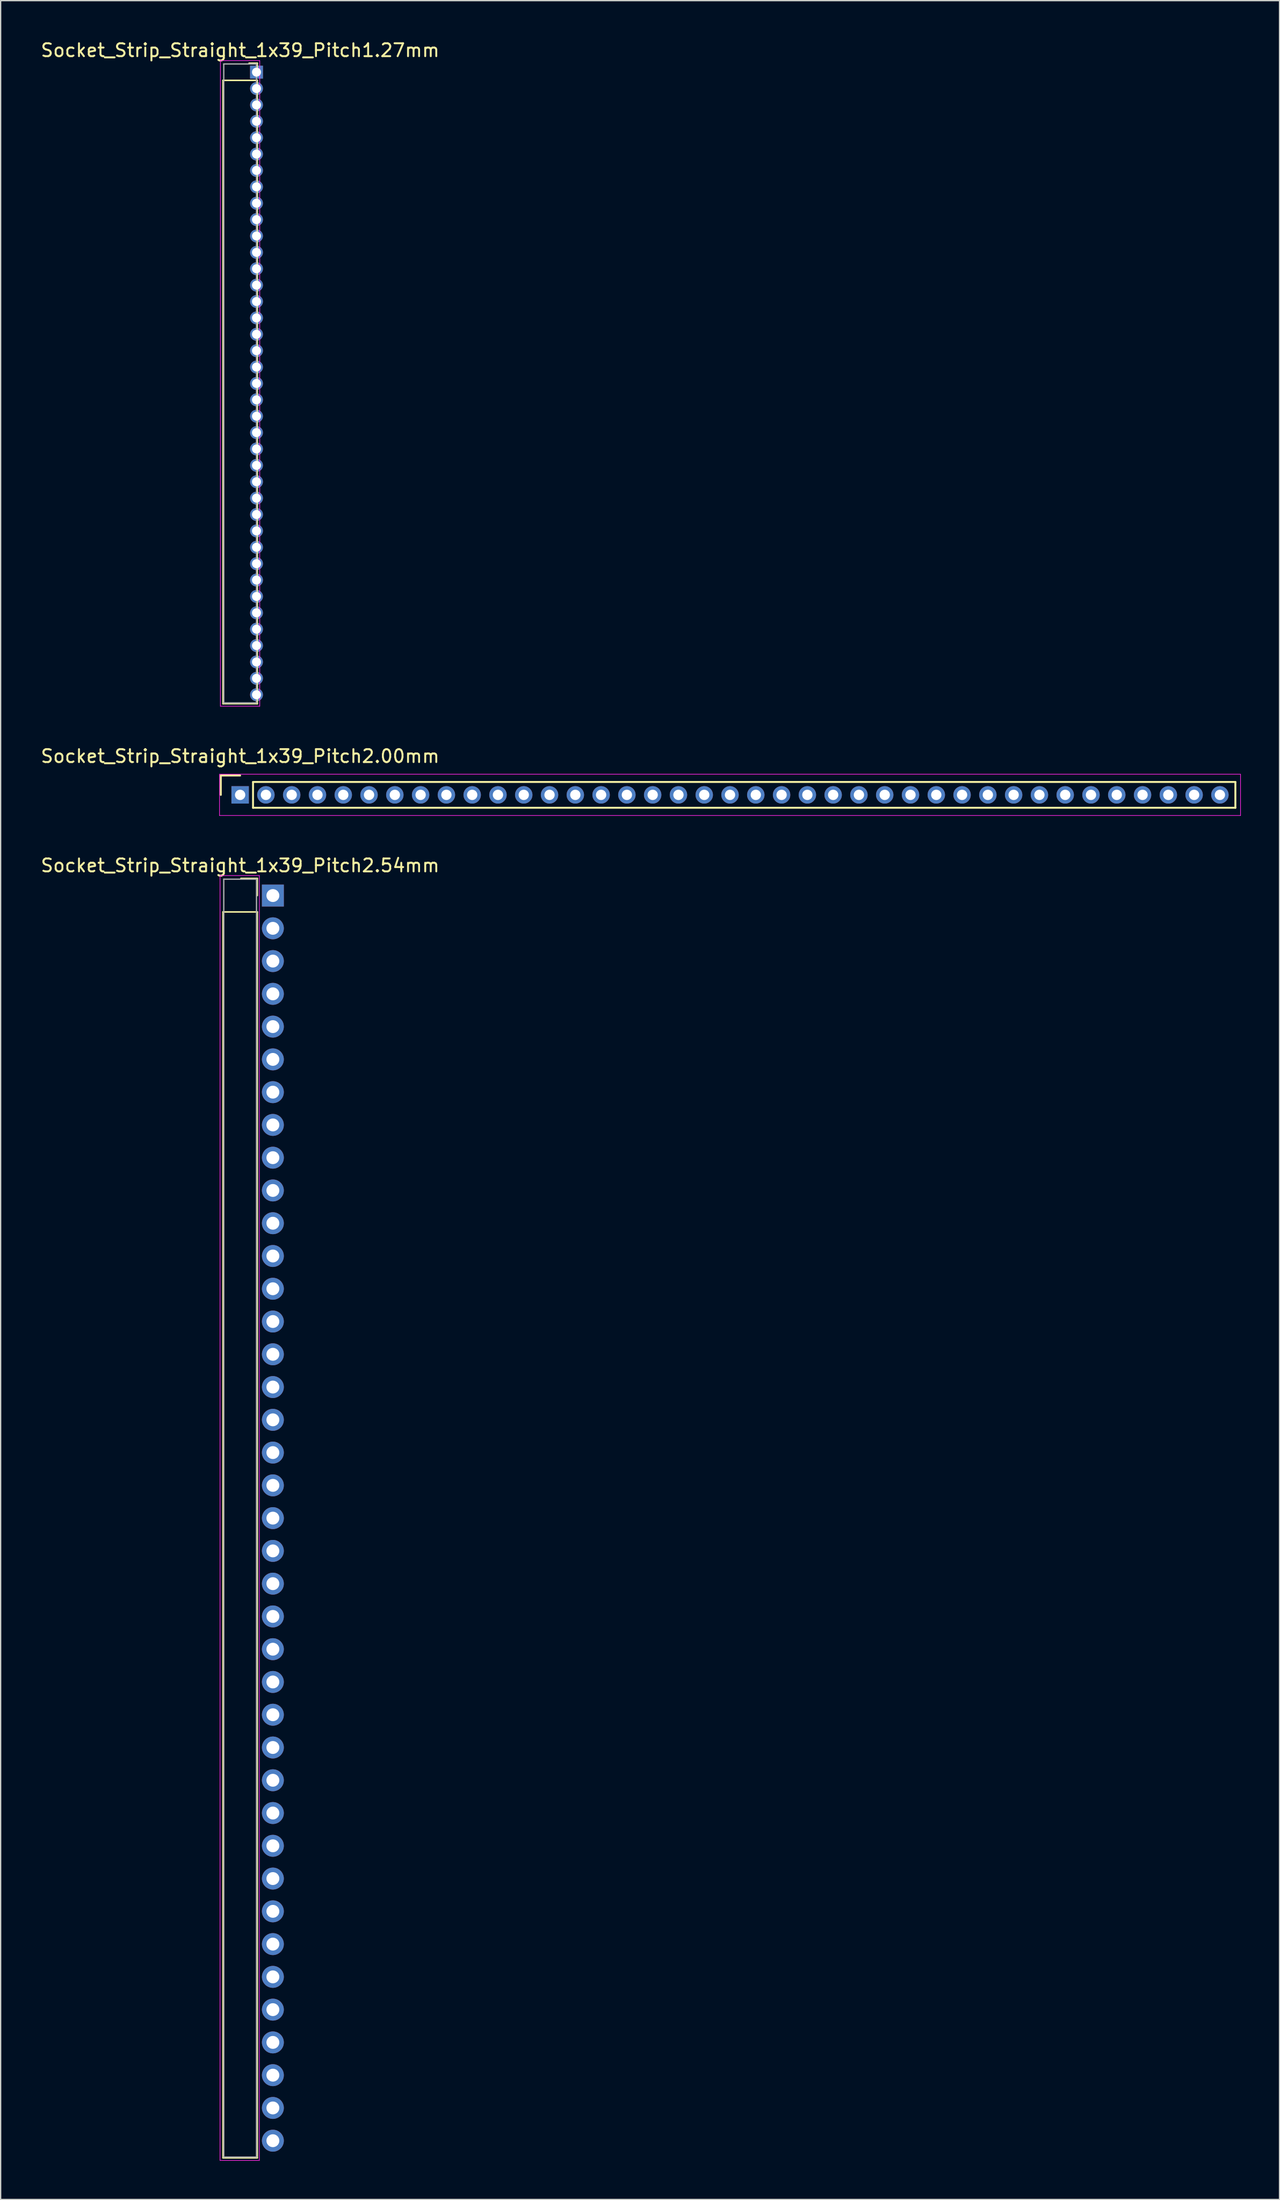
<source format=kicad_pcb>
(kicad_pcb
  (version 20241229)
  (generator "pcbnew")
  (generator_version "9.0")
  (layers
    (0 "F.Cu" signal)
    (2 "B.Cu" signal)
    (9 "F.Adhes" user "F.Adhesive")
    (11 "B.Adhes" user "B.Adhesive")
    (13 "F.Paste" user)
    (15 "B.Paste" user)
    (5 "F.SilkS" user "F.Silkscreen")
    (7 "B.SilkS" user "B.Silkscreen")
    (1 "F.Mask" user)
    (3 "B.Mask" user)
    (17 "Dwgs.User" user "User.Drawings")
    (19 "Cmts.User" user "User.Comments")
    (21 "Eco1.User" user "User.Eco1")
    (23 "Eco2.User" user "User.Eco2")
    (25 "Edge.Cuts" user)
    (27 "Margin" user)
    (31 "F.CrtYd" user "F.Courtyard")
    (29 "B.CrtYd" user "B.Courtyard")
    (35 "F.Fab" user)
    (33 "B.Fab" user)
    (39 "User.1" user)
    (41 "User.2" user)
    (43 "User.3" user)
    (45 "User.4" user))
  (footprint "Socket_Strip_Straight_1x39_Pitch2.00mm"
    (layer "F.Cu")
    (at 15.577 58.566)
    (property "Reference" "Socket_Strip_Straight_1x39_Pitch2.00mm" (at 0 -3 0) (layer "F.SilkS") (effects (font (size 1 1) (thickness 0.15))))
    (attr through_hole)
    (fp_line (start -1.5 -1.5) (end -1.5 0) (stroke (width 0.15) (type solid)) (layer "F.SilkS"))
    (fp_line (start 0 -1.5) (end -1.5 -1.5) (stroke (width 0.15) (type solid)) (layer "F.SilkS"))
    (fp_line (start 1 -1) (end 1 1) (stroke (width 0.15) (type solid)) (layer "F.SilkS"))
    (fp_line (start 1 1) (end 77.2 1) (stroke (width 0.15) (type solid)) (layer "F.SilkS"))
    (fp_line (start 77.2 -1) (end 1 -1) (stroke (width 0.15) (type solid)) (layer "F.SilkS"))
    (fp_line (start 77.2 1) (end 77.2 -1) (stroke (width 0.15) (type solid)) (layer "F.SilkS"))
    (fp_line (start -1.6 -1.6) (end -1.6 1.6) (stroke (width 0.05) (type solid)) (layer "F.CrtYd"))
    (fp_line (start -1.6 1.6) (end 77.6 1.6) (stroke (width 0.05) (type solid)) (layer "F.CrtYd"))
    (fp_line (start 77.6 -1.6) (end -1.6 -1.6) (stroke (width 0.05) (type solid)) (layer "F.CrtYd"))
    (fp_line (start 77.6 1.6) (end 77.6 -1.6) (stroke (width 0.05) (type solid)) (layer "F.CrtYd"))
    (pad "1" thru_hole rect (at 0 0) (size 1.35 1.35) (drill 0.8) (layers "*.Cu" "*.Mask"))
    (pad "2" thru_hole circle (at 2 0) (size 1.35 1.35) (drill 0.8) (layers "*.Cu" "*.Mask"))
    (pad "3" thru_hole circle (at 4 0) (size 1.35 1.35) (drill 0.8) (layers "*.Cu" "*.Mask"))
    (pad "4" thru_hole circle (at 6 0) (size 1.35 1.35) (drill 0.8) (layers "*.Cu" "*.Mask"))
    (pad "5" thru_hole circle (at 8 0) (size 1.35 1.35) (drill 0.8) (layers "*.Cu" "*.Mask"))
    (pad "6" thru_hole circle (at 10 0) (size 1.35 1.35) (drill 0.8) (layers "*.Cu" "*.Mask"))
    (pad "7" thru_hole circle (at 12 0) (size 1.35 1.35) (drill 0.8) (layers "*.Cu" "*.Mask"))
    (pad "8" thru_hole circle (at 14 0) (size 1.35 1.35) (drill 0.8) (layers "*.Cu" "*.Mask"))
    (pad "9" thru_hole circle (at 16 0) (size 1.35 1.35) (drill 0.8) (layers "*.Cu" "*.Mask"))
    (pad "10" thru_hole circle (at 18 0) (size 1.35 1.35) (drill 0.8) (layers "*.Cu" "*.Mask"))
    (pad "11" thru_hole circle (at 20 0) (size 1.35 1.35) (drill 0.8) (layers "*.Cu" "*.Mask"))
    (pad "12" thru_hole circle (at 22 0) (size 1.35 1.35) (drill 0.8) (layers "*.Cu" "*.Mask"))
    (pad "13" thru_hole circle (at 24 0) (size 1.35 1.35) (drill 0.8) (layers "*.Cu" "*.Mask"))
    (pad "14" thru_hole circle (at 26 0) (size 1.35 1.35) (drill 0.8) (layers "*.Cu" "*.Mask"))
    (pad "15" thru_hole circle (at 28 0) (size 1.35 1.35) (drill 0.8) (layers "*.Cu" "*.Mask"))
    (pad "16" thru_hole circle (at 30 0) (size 1.35 1.35) (drill 0.8) (layers "*.Cu" "*.Mask"))
    (pad "17" thru_hole circle (at 32 0) (size 1.35 1.35) (drill 0.8) (layers "*.Cu" "*.Mask"))
    (pad "18" thru_hole circle (at 34 0) (size 1.35 1.35) (drill 0.8) (layers "*.Cu" "*.Mask"))
    (pad "19" thru_hole circle (at 36 0) (size 1.35 1.35) (drill 0.8) (layers "*.Cu" "*.Mask"))
    (pad "20" thru_hole circle (at 38 0) (size 1.35 1.35) (drill 0.8) (layers "*.Cu" "*.Mask"))
    (pad "21" thru_hole circle (at 40 0) (size 1.35 1.35) (drill 0.8) (layers "*.Cu" "*.Mask"))
    (pad "22" thru_hole circle (at 42 0) (size 1.35 1.35) (drill 0.8) (layers "*.Cu" "*.Mask"))
    (pad "23" thru_hole circle (at 44 0) (size 1.35 1.35) (drill 0.8) (layers "*.Cu" "*.Mask"))
    (pad "24" thru_hole circle (at 46 0) (size 1.35 1.35) (drill 0.8) (layers "*.Cu" "*.Mask"))
    (pad "25" thru_hole circle (at 48 0) (size 1.35 1.35) (drill 0.8) (layers "*.Cu" "*.Mask"))
    (pad "26" thru_hole circle (at 50 0) (size 1.35 1.35) (drill 0.8) (layers "*.Cu" "*.Mask"))
    (pad "27" thru_hole circle (at 52 0) (size 1.35 1.35) (drill 0.8) (layers "*.Cu" "*.Mask"))
    (pad "28" thru_hole circle (at 54 0) (size 1.35 1.35) (drill 0.8) (layers "*.Cu" "*.Mask"))
    (pad "29" thru_hole circle (at 56 0) (size 1.35 1.35) (drill 0.8) (layers "*.Cu" "*.Mask"))
    (pad "30" thru_hole circle (at 58 0) (size 1.35 1.35) (drill 0.8) (layers "*.Cu" "*.Mask"))
    (pad "31" thru_hole circle (at 60 0) (size 1.35 1.35) (drill 0.8) (layers "*.Cu" "*.Mask"))
    (pad "32" thru_hole circle (at 62 0) (size 1.35 1.35) (drill 0.8) (layers "*.Cu" "*.Mask"))
    (pad "33" thru_hole circle (at 64 0) (size 1.35 1.35) (drill 0.8) (layers "*.Cu" "*.Mask"))
    (pad "34" thru_hole circle (at 66 0) (size 1.35 1.35) (drill 0.8) (layers "*.Cu" "*.Mask"))
    (pad "35" thru_hole circle (at 68 0) (size 1.35 1.35) (drill 0.8) (layers "*.Cu" "*.Mask"))
    (pad "36" thru_hole circle (at 70 0) (size 1.35 1.35) (drill 0.8) (layers "*.Cu" "*.Mask"))
    (pad "37" thru_hole circle (at 72 0) (size 1.35 1.35) (drill 0.8) (layers "*.Cu" "*.Mask"))
    (pad "38" thru_hole circle (at 74 0) (size 1.35 1.35) (drill 0.8) (layers "*.Cu" "*.Mask"))
    (pad "39" thru_hole circle (at 76 0) (size 1.35 1.35) (drill 0.8) (layers "*.Cu" "*.Mask")))
  (footprint "Socket_Strip_Straight_1x39_Pitch1.27mm"
    (layer "F.Cu")
    (at 16.847 2.543)
    (property "Reference" "Socket_Strip_Straight_1x39_Pitch1.27mm" (at -1.27 -1.695 0) (layer "F.SilkS") (effects (font (size 1 1) (thickness 0.15))))
    (attr through_hole)
    (fp_line (start -2.6 0.635) (end -2.6 48.955) (stroke (width 0.12) (type solid)) (layer "F.SilkS"))
    (fp_line (start -2.6 48.955) (end 0.06 48.955) (stroke (width 0.12) (type solid)) (layer "F.SilkS"))
    (fp_line (start 0.06 -0.695) (end -0.575 -0.695) (stroke (width 0.12) (type solid)) (layer "F.SilkS"))
    (fp_line (start 0.06 0) (end 0.06 -0.695) (stroke (width 0.12) (type solid)) (layer "F.SilkS"))
    (fp_line (start 0.06 0.635) (end -2.6 0.635) (stroke (width 0.12) (type solid)) (layer "F.SilkS"))
    (fp_line (start 0.06 48.955) (end 0.06 0.635) (stroke (width 0.12) (type solid)) (layer "F.SilkS"))
    (fp_line (start -2.8 -0.9) (end -2.8 49.15) (stroke (width 0.05) (type solid)) (layer "F.CrtYd"))
    (fp_line (start -2.8 49.15) (end 0.25 49.15) (stroke (width 0.05) (type solid)) (layer "F.CrtYd"))
    (fp_line (start 0.25 -0.9) (end -2.8 -0.9) (stroke (width 0.05) (type solid)) (layer "F.CrtYd"))
    (fp_line (start 0.25 49.15) (end 0.25 -0.9) (stroke (width 0.05) (type solid)) (layer "F.CrtYd"))
    (fp_line (start -2.54 -0.635) (end -2.54 48.895) (stroke (width 0.1) (type solid)) (layer "F.Fab"))
    (fp_line (start -2.54 48.895) (end 0 48.895) (stroke (width 0.1) (type solid)) (layer "F.Fab"))
    (fp_line (start 0 -0.635) (end -2.54 -0.635) (stroke (width 0.1) (type solid)) (layer "F.Fab"))
    (fp_line (start 0 48.895) (end 0 -0.635) (stroke (width 0.1) (type solid)) (layer "F.Fab"))
    (pad "1" thru_hole rect (at 0 0) (size 1 1) (drill 0.7) (layers "*.Cu" "*.Mask"))
    (pad "2" thru_hole oval (at 0 1.27) (size 1 1) (drill 0.7) (layers "*.Cu" "*.Mask"))
    (pad "3" thru_hole oval (at 0 2.54) (size 1 1) (drill 0.7) (layers "*.Cu" "*.Mask"))
    (pad "4" thru_hole oval (at 0 3.81) (size 1 1) (drill 0.7) (layers "*.Cu" "*.Mask"))
    (pad "5" thru_hole oval (at 0 5.08) (size 1 1) (drill 0.7) (layers "*.Cu" "*.Mask"))
    (pad "6" thru_hole oval (at 0 6.35) (size 1 1) (drill 0.7) (layers "*.Cu" "*.Mask"))
    (pad "7" thru_hole oval (at 0 7.62) (size 1 1) (drill 0.7) (layers "*.Cu" "*.Mask"))
    (pad "8" thru_hole oval (at 0 8.89) (size 1 1) (drill 0.7) (layers "*.Cu" "*.Mask"))
    (pad "9" thru_hole oval (at 0 10.16) (size 1 1) (drill 0.7) (layers "*.Cu" "*.Mask"))
    (pad "10" thru_hole oval (at 0 11.43) (size 1 1) (drill 0.7) (layers "*.Cu" "*.Mask"))
    (pad "11" thru_hole oval (at 0 12.7) (size 1 1) (drill 0.7) (layers "*.Cu" "*.Mask"))
    (pad "12" thru_hole oval (at 0 13.97) (size 1 1) (drill 0.7) (layers "*.Cu" "*.Mask"))
    (pad "13" thru_hole oval (at 0 15.24) (size 1 1) (drill 0.7) (layers "*.Cu" "*.Mask"))
    (pad "14" thru_hole oval (at 0 16.51) (size 1 1) (drill 0.7) (layers "*.Cu" "*.Mask"))
    (pad "15" thru_hole oval (at 0 17.78) (size 1 1) (drill 0.7) (layers "*.Cu" "*.Mask"))
    (pad "16" thru_hole oval (at 0 19.05) (size 1 1) (drill 0.7) (layers "*.Cu" "*.Mask"))
    (pad "17" thru_hole oval (at 0 20.32) (size 1 1) (drill 0.7) (layers "*.Cu" "*.Mask"))
    (pad "18" thru_hole oval (at 0 21.59) (size 1 1) (drill 0.7) (layers "*.Cu" "*.Mask"))
    (pad "19" thru_hole oval (at 0 22.86) (size 1 1) (drill 0.7) (layers "*.Cu" "*.Mask"))
    (pad "20" thru_hole oval (at 0 24.13) (size 1 1) (drill 0.7) (layers "*.Cu" "*.Mask"))
    (pad "21" thru_hole oval (at 0 25.4) (size 1 1) (drill 0.7) (layers "*.Cu" "*.Mask"))
    (pad "22" thru_hole oval (at 0 26.67) (size 1 1) (drill 0.7) (layers "*.Cu" "*.Mask"))
    (pad "23" thru_hole oval (at 0 27.94) (size 1 1) (drill 0.7) (layers "*.Cu" "*.Mask"))
    (pad "24" thru_hole oval (at 0 29.21) (size 1 1) (drill 0.7) (layers "*.Cu" "*.Mask"))
    (pad "25" thru_hole oval (at 0 30.48) (size 1 1) (drill 0.7) (layers "*.Cu" "*.Mask"))
    (pad "26" thru_hole oval (at 0 31.75) (size 1 1) (drill 0.7) (layers "*.Cu" "*.Mask"))
    (pad "27" thru_hole oval (at 0 33.02) (size 1 1) (drill 0.7) (layers "*.Cu" "*.Mask"))
    (pad "28" thru_hole oval (at 0 34.29) (size 1 1) (drill 0.7) (layers "*.Cu" "*.Mask"))
    (pad "29" thru_hole oval (at 0 35.56) (size 1 1) (drill 0.7) (layers "*.Cu" "*.Mask"))
    (pad "30" thru_hole oval (at 0 36.83) (size 1 1) (drill 0.7) (layers "*.Cu" "*.Mask"))
    (pad "31" thru_hole oval (at 0 38.1) (size 1 1) (drill 0.7) (layers "*.Cu" "*.Mask"))
    (pad "32" thru_hole oval (at 0 39.37) (size 1 1) (drill 0.7) (layers "*.Cu" "*.Mask"))
    (pad "33" thru_hole oval (at 0 40.64) (size 1 1) (drill 0.7) (layers "*.Cu" "*.Mask"))
    (pad "34" thru_hole oval (at 0 41.91) (size 1 1) (drill 0.7) (layers "*.Cu" "*.Mask"))
    (pad "35" thru_hole oval (at 0 43.18) (size 1 1) (drill 0.7) (layers "*.Cu" "*.Mask"))
    (pad "36" thru_hole oval (at 0 44.45) (size 1 1) (drill 0.7) (layers "*.Cu" "*.Mask"))
    (pad "37" thru_hole oval (at 0 45.72) (size 1 1) (drill 0.7) (layers "*.Cu" "*.Mask"))
    (pad "38" thru_hole oval (at 0 46.99) (size 1 1) (drill 0.7) (layers "*.Cu" "*.Mask"))
    (pad "39" thru_hole oval (at 0 48.26) (size 1 1) (drill 0.7) (layers "*.Cu" "*.Mask")))
  (footprint "Socket_Strip_Straight_1x39_Pitch2.54mm"
    (layer "F.Cu")
    (at 18.117 66.37)
    (property "Reference" "Socket_Strip_Straight_1x39_Pitch2.54mm" (at -2.54 -2.33 0) (layer "F.SilkS") (effects (font (size 1 1) (thickness 0.15))))
    (attr through_hole)
    (fp_line (start -3.87 1.27) (end -3.87 97.85) (stroke (width 0.12) (type solid)) (layer "F.SilkS"))
    (fp_line (start -3.87 97.85) (end -1.21 97.85) (stroke (width 0.12) (type solid)) (layer "F.SilkS"))
    (fp_line (start -1.21 -1.33) (end -2.48 -1.33) (stroke (width 0.12) (type solid)) (layer "F.SilkS"))
    (fp_line (start -1.21 0) (end -1.21 -1.33) (stroke (width 0.12) (type solid)) (layer "F.SilkS"))
    (fp_line (start -1.21 1.27) (end -3.87 1.27) (stroke (width 0.12) (type solid)) (layer "F.SilkS"))
    (fp_line (start -1.21 97.85) (end -1.21 1.27) (stroke (width 0.12) (type solid)) (layer "F.SilkS"))
    (fp_line (start -4.1 -1.55) (end -4.1 98.05) (stroke (width 0.05) (type solid)) (layer "F.CrtYd"))
    (fp_line (start -4.1 98.05) (end -1.05 98.05) (stroke (width 0.05) (type solid)) (layer "F.CrtYd"))
    (fp_line (start -1.05 -1.55) (end -4.1 -1.55) (stroke (width 0.05) (type solid)) (layer "F.CrtYd"))
    (fp_line (start -1.05 98.05) (end -1.05 -1.55) (stroke (width 0.05) (type solid)) (layer "F.CrtYd"))
    (fp_line (start -3.81 -1.27) (end -3.81 97.79) (stroke (width 0.1) (type solid)) (layer "F.Fab"))
    (fp_line (start -3.81 97.79) (end -1.27 97.79) (stroke (width 0.1) (type solid)) (layer "F.Fab"))
    (fp_line (start -1.27 -1.27) (end -3.81 -1.27) (stroke (width 0.1) (type solid)) (layer "F.Fab"))
    (fp_line (start -1.27 97.79) (end -1.27 -1.27) (stroke (width 0.1) (type solid)) (layer "F.Fab"))
    (pad "1" thru_hole rect (at 0 0) (size 1.7 1.7) (drill 1) (layers "*.Cu" "*.Mask"))
    (pad "2" thru_hole oval (at 0 2.54) (size 1.7 1.7) (drill 1) (layers "*.Cu" "*.Mask"))
    (pad "3" thru_hole oval (at 0 5.08) (size 1.7 1.7) (drill 1) (layers "*.Cu" "*.Mask"))
    (pad "4" thru_hole oval (at 0 7.62) (size 1.7 1.7) (drill 1) (layers "*.Cu" "*.Mask"))
    (pad "5" thru_hole oval (at 0 10.16) (size 1.7 1.7) (drill 1) (layers "*.Cu" "*.Mask"))
    (pad "6" thru_hole oval (at 0 12.7) (size 1.7 1.7) (drill 1) (layers "*.Cu" "*.Mask"))
    (pad "7" thru_hole oval (at 0 15.24) (size 1.7 1.7) (drill 1) (layers "*.Cu" "*.Mask"))
    (pad "8" thru_hole oval (at 0 17.78) (size 1.7 1.7) (drill 1) (layers "*.Cu" "*.Mask"))
    (pad "9" thru_hole oval (at 0 20.32) (size 1.7 1.7) (drill 1) (layers "*.Cu" "*.Mask"))
    (pad "10" thru_hole oval (at 0 22.86) (size 1.7 1.7) (drill 1) (layers "*.Cu" "*.Mask"))
    (pad "11" thru_hole oval (at 0 25.4) (size 1.7 1.7) (drill 1) (layers "*.Cu" "*.Mask"))
    (pad "12" thru_hole oval (at 0 27.94) (size 1.7 1.7) (drill 1) (layers "*.Cu" "*.Mask"))
    (pad "13" thru_hole oval (at 0 30.48) (size 1.7 1.7) (drill 1) (layers "*.Cu" "*.Mask"))
    (pad "14" thru_hole oval (at 0 33.02) (size 1.7 1.7) (drill 1) (layers "*.Cu" "*.Mask"))
    (pad "15" thru_hole oval (at 0 35.56) (size 1.7 1.7) (drill 1) (layers "*.Cu" "*.Mask"))
    (pad "16" thru_hole oval (at 0 38.1) (size 1.7 1.7) (drill 1) (layers "*.Cu" "*.Mask"))
    (pad "17" thru_hole oval (at 0 40.64) (size 1.7 1.7) (drill 1) (layers "*.Cu" "*.Mask"))
    (pad "18" thru_hole oval (at 0 43.18) (size 1.7 1.7) (drill 1) (layers "*.Cu" "*.Mask"))
    (pad "19" thru_hole oval (at 0 45.72) (size 1.7 1.7) (drill 1) (layers "*.Cu" "*.Mask"))
    (pad "20" thru_hole oval (at 0 48.26) (size 1.7 1.7) (drill 1) (layers "*.Cu" "*.Mask"))
    (pad "21" thru_hole oval (at 0 50.8) (size 1.7 1.7) (drill 1) (layers "*.Cu" "*.Mask"))
    (pad "22" thru_hole oval (at 0 53.34) (size 1.7 1.7) (drill 1) (layers "*.Cu" "*.Mask"))
    (pad "23" thru_hole oval (at 0 55.88) (size 1.7 1.7) (drill 1) (layers "*.Cu" "*.Mask"))
    (pad "24" thru_hole oval (at 0 58.42) (size 1.7 1.7) (drill 1) (layers "*.Cu" "*.Mask"))
    (pad "25" thru_hole oval (at 0 60.96) (size 1.7 1.7) (drill 1) (layers "*.Cu" "*.Mask"))
    (pad "26" thru_hole oval (at 0 63.5) (size 1.7 1.7) (drill 1) (layers "*.Cu" "*.Mask"))
    (pad "27" thru_hole oval (at 0 66.04) (size 1.7 1.7) (drill 1) (layers "*.Cu" "*.Mask"))
    (pad "28" thru_hole oval (at 0 68.58) (size 1.7 1.7) (drill 1) (layers "*.Cu" "*.Mask"))
    (pad "29" thru_hole oval (at 0 71.12) (size 1.7 1.7) (drill 1) (layers "*.Cu" "*.Mask"))
    (pad "30" thru_hole oval (at 0 73.66) (size 1.7 1.7) (drill 1) (layers "*.Cu" "*.Mask"))
    (pad "31" thru_hole oval (at 0 76.2) (size 1.7 1.7) (drill 1) (layers "*.Cu" "*.Mask"))
    (pad "32" thru_hole oval (at 0 78.74) (size 1.7 1.7) (drill 1) (layers "*.Cu" "*.Mask"))
    (pad "33" thru_hole oval (at 0 81.28) (size 1.7 1.7) (drill 1) (layers "*.Cu" "*.Mask"))
    (pad "34" thru_hole oval (at 0 83.82) (size 1.7 1.7) (drill 1) (layers "*.Cu" "*.Mask"))
    (pad "35" thru_hole oval (at 0 86.36) (size 1.7 1.7) (drill 1) (layers "*.Cu" "*.Mask"))
    (pad "36" thru_hole oval (at 0 88.9) (size 1.7 1.7) (drill 1) (layers "*.Cu" "*.Mask"))
    (pad "37" thru_hole oval (at 0 91.44) (size 1.7 1.7) (drill 1) (layers "*.Cu" "*.Mask"))
    (pad "38" thru_hole oval (at 0 93.98) (size 1.7 1.7) (drill 1) (layers "*.Cu" "*.Mask"))
    (pad "39" thru_hole oval (at 0 96.52) (size 1.7 1.7) (drill 1) (layers "*.Cu" "*.Mask")))
  (gr_rect
    (start -3 -3)
    (end 96.202 167.445)
    (stroke (width 0.1) (type default))
    (fill no)
    (layer "Edge.Cuts")))
</source>
